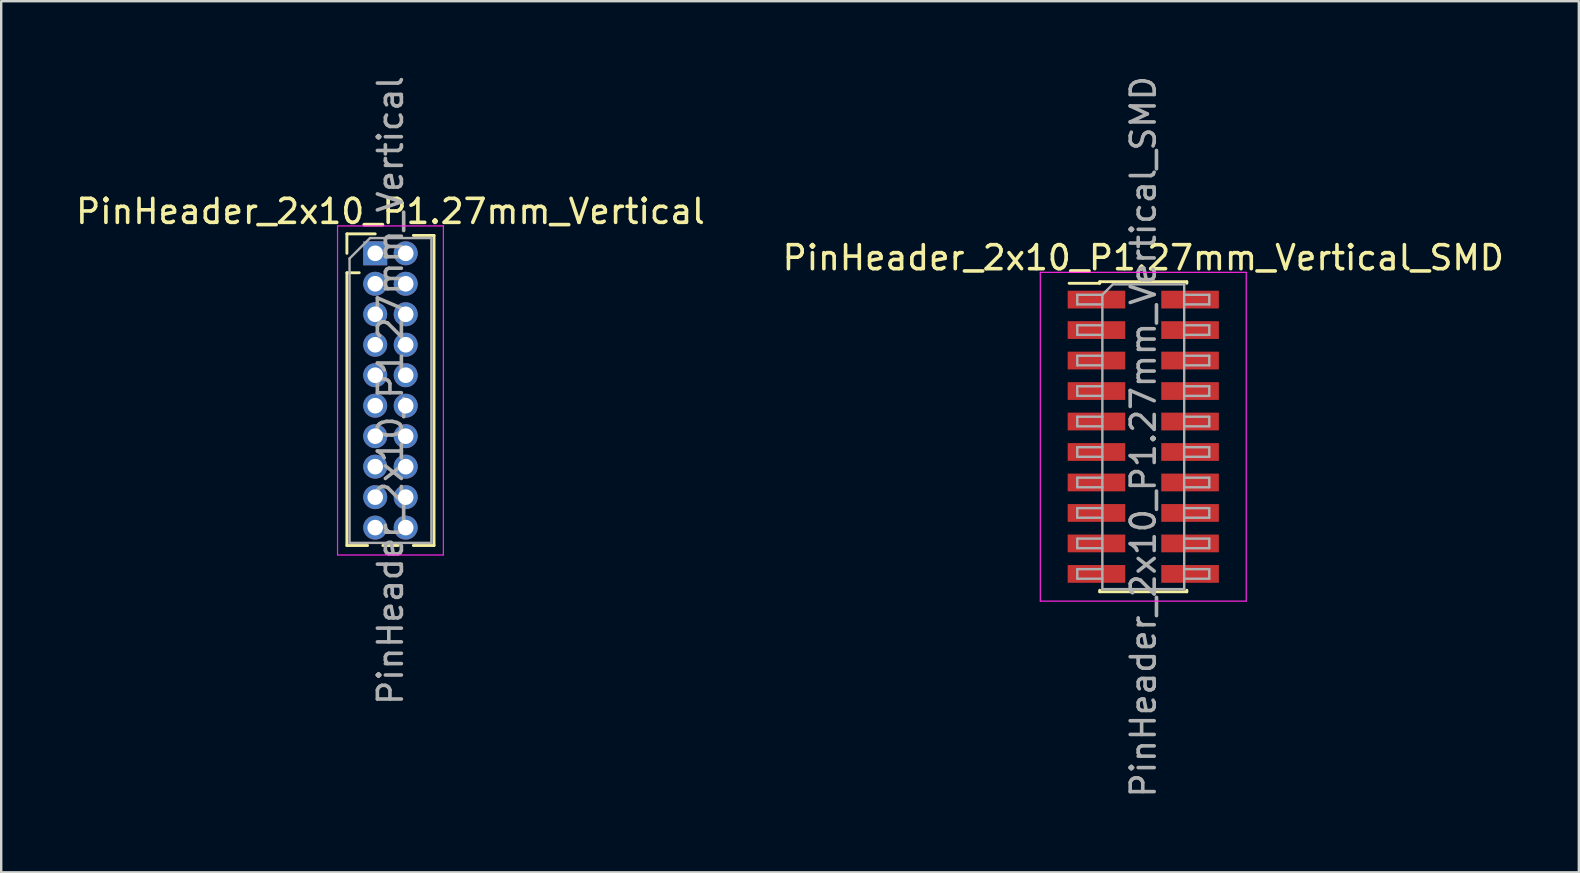
<source format=kicad_pcb>
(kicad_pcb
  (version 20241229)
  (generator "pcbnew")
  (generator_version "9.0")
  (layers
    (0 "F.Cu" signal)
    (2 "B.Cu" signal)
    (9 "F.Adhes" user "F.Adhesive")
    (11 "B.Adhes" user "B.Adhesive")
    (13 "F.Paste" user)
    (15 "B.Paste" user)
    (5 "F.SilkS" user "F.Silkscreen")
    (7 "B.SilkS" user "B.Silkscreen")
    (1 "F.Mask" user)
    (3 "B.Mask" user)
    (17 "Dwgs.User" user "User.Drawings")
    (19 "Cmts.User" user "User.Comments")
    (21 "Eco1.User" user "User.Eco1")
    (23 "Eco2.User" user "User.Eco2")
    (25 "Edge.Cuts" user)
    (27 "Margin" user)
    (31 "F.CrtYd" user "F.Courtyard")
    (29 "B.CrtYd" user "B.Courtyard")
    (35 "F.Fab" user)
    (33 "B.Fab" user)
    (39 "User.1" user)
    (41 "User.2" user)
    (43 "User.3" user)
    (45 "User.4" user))
  (footprint "PinHeader_2x10_P1.27mm_Vertical"
    (layer "F.Cu")
    (at 12.585 7.505)
    (property "Reference" "PinHeader_2x10_P1.27mm_Vertical" (at 0.635 -1.745 0) (layer "F.SilkS") (effects (font (size 1 1) (thickness 0.15))))
    (attr through_hole)
    (fp_line (start -1.18 -0.81) (end 0 -0.81) (stroke (width 0.12) (type solid)) (layer "F.SilkS"))
    (fp_line (start -1.18 0) (end -1.18 -0.81) (stroke (width 0.12) (type solid)) (layer "F.SilkS"))
    (fp_line (start -1.18 0.81) (end -1.18 12.175) (stroke (width 0.12) (type solid)) (layer "F.SilkS"))
    (fp_line (start -1.18 0.81) (end -0.667 0.81) (stroke (width 0.12) (type solid)) (layer "F.SilkS"))
    (fp_line (start -1.18 12.175) (end -0.318 12.175) (stroke (width 0.12) (type solid)) (layer "F.SilkS"))
    (fp_line (start 0.318 12.175) (end 0.952 12.175) (stroke (width 0.12) (type solid)) (layer "F.SilkS"))
    (fp_line (start 1.588 -0.745) (end 2.45 -0.745) (stroke (width 0.12) (type solid)) (layer "F.SilkS"))
    (fp_line (start 1.588 12.175) (end 2.45 12.175) (stroke (width 0.12) (type solid)) (layer "F.SilkS"))
    (fp_line (start 2.45 -0.745) (end 2.45 12.175) (stroke (width 0.12) (type solid)) (layer "F.SilkS"))
    (fp_line (start -1.57 -1.14) (end -1.57 12.57) (stroke (width 0.05) (type solid)) (layer "F.CrtYd"))
    (fp_line (start -1.57 12.57) (end 2.84 12.57) (stroke (width 0.05) (type solid)) (layer "F.CrtYd"))
    (fp_line (start 2.84 -1.14) (end -1.57 -1.14) (stroke (width 0.05) (type solid)) (layer "F.CrtYd"))
    (fp_line (start 2.84 12.57) (end 2.84 -1.14) (stroke (width 0.05) (type solid)) (layer "F.CrtYd"))
    (fp_line (start -1.07 0.217) (end -0.217 -0.635) (stroke (width 0.1) (type solid)) (layer "F.Fab"))
    (fp_line (start -1.07 12.065) (end -1.07 0.217) (stroke (width 0.1) (type solid)) (layer "F.Fab"))
    (fp_line (start -0.217 -0.635) (end 2.34 -0.635) (stroke (width 0.1) (type solid)) (layer "F.Fab"))
    (fp_line (start 2.34 -0.635) (end 2.34 12.065) (stroke (width 0.1) (type solid)) (layer "F.Fab"))
    (fp_line (start 2.34 12.065) (end -1.07 12.065) (stroke (width 0.1) (type solid)) (layer "F.Fab"))
    (fp_text user "${REFERENCE}" (at 0.635 5.715 90) (layer "F.Fab") (effects (font (size 1 1) (thickness 0.15))))
    (pad "1" thru_hole rect (at 0 0) (size 1 1) (drill 0.65) (layers "*.Cu" "*.Mask"))
    (pad "2" thru_hole circle (at 1.27 0) (size 1 1) (drill 0.65) (layers "*.Cu" "*.Mask"))
    (pad "3" thru_hole circle (at 0 1.27) (size 1 1) (drill 0.65) (layers "*.Cu" "*.Mask"))
    (pad "4" thru_hole circle (at 1.27 1.27) (size 1 1) (drill 0.65) (layers "*.Cu" "*.Mask"))
    (pad "5" thru_hole circle (at 0 2.54) (size 1 1) (drill 0.65) (layers "*.Cu" "*.Mask"))
    (pad "6" thru_hole circle (at 1.27 2.54) (size 1 1) (drill 0.65) (layers "*.Cu" "*.Mask"))
    (pad "7" thru_hole circle (at 0 3.81) (size 1 1) (drill 0.65) (layers "*.Cu" "*.Mask"))
    (pad "8" thru_hole circle (at 1.27 3.81) (size 1 1) (drill 0.65) (layers "*.Cu" "*.Mask"))
    (pad "9" thru_hole circle (at 0 5.08) (size 1 1) (drill 0.65) (layers "*.Cu" "*.Mask"))
    (pad "10" thru_hole circle (at 1.27 5.08) (size 1 1) (drill 0.65) (layers "*.Cu" "*.Mask"))
    (pad "11" thru_hole circle (at 0 6.35) (size 1 1) (drill 0.65) (layers "*.Cu" "*.Mask"))
    (pad "12" thru_hole circle (at 1.27 6.35) (size 1 1) (drill 0.65) (layers "*.Cu" "*.Mask"))
    (pad "13" thru_hole circle (at 0 7.62) (size 1 1) (drill 0.65) (layers "*.Cu" "*.Mask"))
    (pad "14" thru_hole circle (at 1.27 7.62) (size 1 1) (drill 0.65) (layers "*.Cu" "*.Mask"))
    (pad "15" thru_hole circle (at 0 8.89) (size 1 1) (drill 0.65) (layers "*.Cu" "*.Mask"))
    (pad "16" thru_hole circle (at 1.27 8.89) (size 1 1) (drill 0.65) (layers "*.Cu" "*.Mask"))
    (pad "17" thru_hole circle (at 0 10.16) (size 1 1) (drill 0.65) (layers "*.Cu" "*.Mask"))
    (pad "18" thru_hole circle (at 1.27 10.16) (size 1 1) (drill 0.65) (layers "*.Cu" "*.Mask"))
    (pad "19" thru_hole circle (at 0 11.43) (size 1 1) (drill 0.65) (layers "*.Cu" "*.Mask"))
    (pad "20" thru_hole circle (at 1.27 11.43) (size 1 1) (drill 0.65) (layers "*.Cu" "*.Mask")))
  (footprint "PinHeader_2x10_P1.27mm_Vertical_SMD"
    (layer "F.Cu")
    (at 44.589 15.149)
    (property "Reference" "PinHeader_2x10_P1.27mm_Vertical_SMD" (at 0 -7.46 0) (layer "F.SilkS") (effects (font (size 1 1) (thickness 0.15))))
    (attr smd)
    (fp_line (start -3.09 -6.395) (end -1.815 -6.395) (stroke (width 0.12) (type solid)) (layer "F.SilkS"))
    (fp_line (start -1.815 -6.46) (end -1.815 -6.395) (stroke (width 0.12) (type solid)) (layer "F.SilkS"))
    (fp_line (start -1.815 -6.46) (end 1.815 -6.46) (stroke (width 0.12) (type solid)) (layer "F.SilkS"))
    (fp_line (start -1.815 6.395) (end -1.815 6.46) (stroke (width 0.12) (type solid)) (layer "F.SilkS"))
    (fp_line (start -1.815 6.46) (end 1.815 6.46) (stroke (width 0.12) (type solid)) (layer "F.SilkS"))
    (fp_line (start 1.815 -6.46) (end 1.815 -6.395) (stroke (width 0.12) (type solid)) (layer "F.SilkS"))
    (fp_line (start 1.815 6.395) (end 1.815 6.46) (stroke (width 0.12) (type solid)) (layer "F.SilkS"))
    (fp_line (start -4.29 -6.85) (end -4.29 6.85) (stroke (width 0.05) (type solid)) (layer "F.CrtYd"))
    (fp_line (start -4.29 6.85) (end 4.29 6.85) (stroke (width 0.05) (type solid)) (layer "F.CrtYd"))
    (fp_line (start 4.29 -6.85) (end -4.29 -6.85) (stroke (width 0.05) (type solid)) (layer "F.CrtYd"))
    (fp_line (start 4.29 6.85) (end 4.29 -6.85) (stroke (width 0.05) (type solid)) (layer "F.CrtYd"))
    (fp_line (start -2.75 -5.915) (end -2.75 -5.515) (stroke (width 0.1) (type solid)) (layer "F.Fab"))
    (fp_line (start -2.75 -5.515) (end -1.705 -5.515) (stroke (width 0.1) (type solid)) (layer "F.Fab"))
    (fp_line (start -2.75 -4.645) (end -2.75 -4.245) (stroke (width 0.1) (type solid)) (layer "F.Fab"))
    (fp_line (start -2.75 -4.245) (end -1.705 -4.245) (stroke (width 0.1) (type solid)) (layer "F.Fab"))
    (fp_line (start -2.75 -3.375) (end -2.75 -2.975) (stroke (width 0.1) (type solid)) (layer "F.Fab"))
    (fp_line (start -2.75 -2.975) (end -1.705 -2.975) (stroke (width 0.1) (type solid)) (layer "F.Fab"))
    (fp_line (start -2.75 -2.105) (end -2.75 -1.705) (stroke (width 0.1) (type solid)) (layer "F.Fab"))
    (fp_line (start -2.75 -1.705) (end -1.705 -1.705) (stroke (width 0.1) (type solid)) (layer "F.Fab"))
    (fp_line (start -2.75 -0.835) (end -2.75 -0.435) (stroke (width 0.1) (type solid)) (layer "F.Fab"))
    (fp_line (start -2.75 -0.435) (end -1.705 -0.435) (stroke (width 0.1) (type solid)) (layer "F.Fab"))
    (fp_line (start -2.75 0.435) (end -2.75 0.835) (stroke (width 0.1) (type solid)) (layer "F.Fab"))
    (fp_line (start -2.75 0.835) (end -1.705 0.835) (stroke (width 0.1) (type solid)) (layer "F.Fab"))
    (fp_line (start -2.75 1.705) (end -2.75 2.105) (stroke (width 0.1) (type solid)) (layer "F.Fab"))
    (fp_line (start -2.75 2.105) (end -1.705 2.105) (stroke (width 0.1) (type solid)) (layer "F.Fab"))
    (fp_line (start -2.75 2.975) (end -2.75 3.375) (stroke (width 0.1) (type solid)) (layer "F.Fab"))
    (fp_line (start -2.75 3.375) (end -1.705 3.375) (stroke (width 0.1) (type solid)) (layer "F.Fab"))
    (fp_line (start -2.75 4.245) (end -2.75 4.645) (stroke (width 0.1) (type solid)) (layer "F.Fab"))
    (fp_line (start -2.75 4.645) (end -1.705 4.645) (stroke (width 0.1) (type solid)) (layer "F.Fab"))
    (fp_line (start -2.75 5.515) (end -2.75 5.915) (stroke (width 0.1) (type solid)) (layer "F.Fab"))
    (fp_line (start -2.75 5.915) (end -1.705 5.915) (stroke (width 0.1) (type solid)) (layer "F.Fab"))
    (fp_line (start -1.705 -5.915) (end -2.75 -5.915) (stroke (width 0.1) (type solid)) (layer "F.Fab"))
    (fp_line (start -1.705 -5.915) (end -1.27 -6.35) (stroke (width 0.1) (type solid)) (layer "F.Fab"))
    (fp_line (start -1.705 -4.645) (end -2.75 -4.645) (stroke (width 0.1) (type solid)) (layer "F.Fab"))
    (fp_line (start -1.705 -3.375) (end -2.75 -3.375) (stroke (width 0.1) (type solid)) (layer "F.Fab"))
    (fp_line (start -1.705 -2.105) (end -2.75 -2.105) (stroke (width 0.1) (type solid)) (layer "F.Fab"))
    (fp_line (start -1.705 -0.835) (end -2.75 -0.835) (stroke (width 0.1) (type solid)) (layer "F.Fab"))
    (fp_line (start -1.705 0.435) (end -2.75 0.435) (stroke (width 0.1) (type solid)) (layer "F.Fab"))
    (fp_line (start -1.705 1.705) (end -2.75 1.705) (stroke (width 0.1) (type solid)) (layer "F.Fab"))
    (fp_line (start -1.705 2.975) (end -2.75 2.975) (stroke (width 0.1) (type solid)) (layer "F.Fab"))
    (fp_line (start -1.705 4.245) (end -2.75 4.245) (stroke (width 0.1) (type solid)) (layer "F.Fab"))
    (fp_line (start -1.705 5.515) (end -2.75 5.515) (stroke (width 0.1) (type solid)) (layer "F.Fab"))
    (fp_line (start -1.705 6.35) (end -1.705 -5.915) (stroke (width 0.1) (type solid)) (layer "F.Fab"))
    (fp_line (start -1.27 -6.35) (end 1.705 -6.35) (stroke (width 0.1) (type solid)) (layer "F.Fab"))
    (fp_line (start 1.705 -6.35) (end 1.705 6.35) (stroke (width 0.1) (type solid)) (layer "F.Fab"))
    (fp_line (start 1.705 -5.915) (end 2.75 -5.915) (stroke (width 0.1) (type solid)) (layer "F.Fab"))
    (fp_line (start 1.705 -4.645) (end 2.75 -4.645) (stroke (width 0.1) (type solid)) (layer "F.Fab"))
    (fp_line (start 1.705 -3.375) (end 2.75 -3.375) (stroke (width 0.1) (type solid)) (layer "F.Fab"))
    (fp_line (start 1.705 -2.105) (end 2.75 -2.105) (stroke (width 0.1) (type solid)) (layer "F.Fab"))
    (fp_line (start 1.705 -0.835) (end 2.75 -0.835) (stroke (width 0.1) (type solid)) (layer "F.Fab"))
    (fp_line (start 1.705 0.435) (end 2.75 0.435) (stroke (width 0.1) (type solid)) (layer "F.Fab"))
    (fp_line (start 1.705 1.705) (end 2.75 1.705) (stroke (width 0.1) (type solid)) (layer "F.Fab"))
    (fp_line (start 1.705 2.975) (end 2.75 2.975) (stroke (width 0.1) (type solid)) (layer "F.Fab"))
    (fp_line (start 1.705 4.245) (end 2.75 4.245) (stroke (width 0.1) (type solid)) (layer "F.Fab"))
    (fp_line (start 1.705 5.515) (end 2.75 5.515) (stroke (width 0.1) (type solid)) (layer "F.Fab"))
    (fp_line (start 1.705 6.35) (end -1.705 6.35) (stroke (width 0.1) (type solid)) (layer "F.Fab"))
    (fp_line (start 2.75 -5.915) (end 2.75 -5.515) (stroke (width 0.1) (type solid)) (layer "F.Fab"))
    (fp_line (start 2.75 -5.515) (end 1.705 -5.515) (stroke (width 0.1) (type solid)) (layer "F.Fab"))
    (fp_line (start 2.75 -4.645) (end 2.75 -4.245) (stroke (width 0.1) (type solid)) (layer "F.Fab"))
    (fp_line (start 2.75 -4.245) (end 1.705 -4.245) (stroke (width 0.1) (type solid)) (layer "F.Fab"))
    (fp_line (start 2.75 -3.375) (end 2.75 -2.975) (stroke (width 0.1) (type solid)) (layer "F.Fab"))
    (fp_line (start 2.75 -2.975) (end 1.705 -2.975) (stroke (width 0.1) (type solid)) (layer "F.Fab"))
    (fp_line (start 2.75 -2.105) (end 2.75 -1.705) (stroke (width 0.1) (type solid)) (layer "F.Fab"))
    (fp_line (start 2.75 -1.705) (end 1.705 -1.705) (stroke (width 0.1) (type solid)) (layer "F.Fab"))
    (fp_line (start 2.75 -0.835) (end 2.75 -0.435) (stroke (width 0.1) (type solid)) (layer "F.Fab"))
    (fp_line (start 2.75 -0.435) (end 1.705 -0.435) (stroke (width 0.1) (type solid)) (layer "F.Fab"))
    (fp_line (start 2.75 0.435) (end 2.75 0.835) (stroke (width 0.1) (type solid)) (layer "F.Fab"))
    (fp_line (start 2.75 0.835) (end 1.705 0.835) (stroke (width 0.1) (type solid)) (layer "F.Fab"))
    (fp_line (start 2.75 1.705) (end 2.75 2.105) (stroke (width 0.1) (type solid)) (layer "F.Fab"))
    (fp_line (start 2.75 2.105) (end 1.705 2.105) (stroke (width 0.1) (type solid)) (layer "F.Fab"))
    (fp_line (start 2.75 2.975) (end 2.75 3.375) (stroke (width 0.1) (type solid)) (layer "F.Fab"))
    (fp_line (start 2.75 3.375) (end 1.705 3.375) (stroke (width 0.1) (type solid)) (layer "F.Fab"))
    (fp_line (start 2.75 4.245) (end 2.75 4.645) (stroke (width 0.1) (type solid)) (layer "F.Fab"))
    (fp_line (start 2.75 4.645) (end 1.705 4.645) (stroke (width 0.1) (type solid)) (layer "F.Fab"))
    (fp_line (start 2.75 5.515) (end 2.75 5.915) (stroke (width 0.1) (type solid)) (layer "F.Fab"))
    (fp_line (start 2.75 5.915) (end 1.705 5.915) (stroke (width 0.1) (type solid)) (layer "F.Fab"))
    (fp_text user "${REFERENCE}" (at 0 0 90) (layer "F.Fab") (effects (font (size 1 1) (thickness 0.15))))
    (pad "1" smd rect (at -1.95 -5.715) (size 2.4 0.74) (layers "F.Cu" "F.Mask" "F.Paste"))
    (pad "2" smd rect (at 1.95 -5.715) (size 2.4 0.74) (layers "F.Cu" "F.Mask" "F.Paste"))
    (pad "3" smd rect (at -1.95 -4.445) (size 2.4 0.74) (layers "F.Cu" "F.Mask" "F.Paste"))
    (pad "4" smd rect (at 1.95 -4.445) (size 2.4 0.74) (layers "F.Cu" "F.Mask" "F.Paste"))
    (pad "5" smd rect (at -1.95 -3.175) (size 2.4 0.74) (layers "F.Cu" "F.Mask" "F.Paste"))
    (pad "6" smd rect (at 1.95 -3.175) (size 2.4 0.74) (layers "F.Cu" "F.Mask" "F.Paste"))
    (pad "7" smd rect (at -1.95 -1.905) (size 2.4 0.74) (layers "F.Cu" "F.Mask" "F.Paste"))
    (pad "8" smd rect (at 1.95 -1.905) (size 2.4 0.74) (layers "F.Cu" "F.Mask" "F.Paste"))
    (pad "9" smd rect (at -1.95 -0.635) (size 2.4 0.74) (layers "F.Cu" "F.Mask" "F.Paste"))
    (pad "10" smd rect (at 1.95 -0.635) (size 2.4 0.74) (layers "F.Cu" "F.Mask" "F.Paste"))
    (pad "11" smd rect (at -1.95 0.635) (size 2.4 0.74) (layers "F.Cu" "F.Mask" "F.Paste"))
    (pad "12" smd rect (at 1.95 0.635) (size 2.4 0.74) (layers "F.Cu" "F.Mask" "F.Paste"))
    (pad "13" smd rect (at -1.95 1.905) (size 2.4 0.74) (layers "F.Cu" "F.Mask" "F.Paste"))
    (pad "14" smd rect (at 1.95 1.905) (size 2.4 0.74) (layers "F.Cu" "F.Mask" "F.Paste"))
    (pad "15" smd rect (at -1.95 3.175) (size 2.4 0.74) (layers "F.Cu" "F.Mask" "F.Paste"))
    (pad "16" smd rect (at 1.95 3.175) (size 2.4 0.74) (layers "F.Cu" "F.Mask" "F.Paste"))
    (pad "17" smd rect (at -1.95 4.445) (size 2.4 0.74) (layers "F.Cu" "F.Mask" "F.Paste"))
    (pad "18" smd rect (at 1.95 4.445) (size 2.4 0.74) (layers "F.Cu" "F.Mask" "F.Paste"))
    (pad "19" smd rect (at -1.95 5.715) (size 2.4 0.74) (layers "F.Cu" "F.Mask" "F.Paste"))
    (pad "20" smd rect (at 1.95 5.715) (size 2.4 0.74) (layers "F.Cu" "F.Mask" "F.Paste")))
  (gr_rect
    (start -3 -3)
    (end 62.738 33.298)
    (stroke (width 0.1) (type default))
    (fill no)
    (layer "Edge.Cuts")))
</source>
